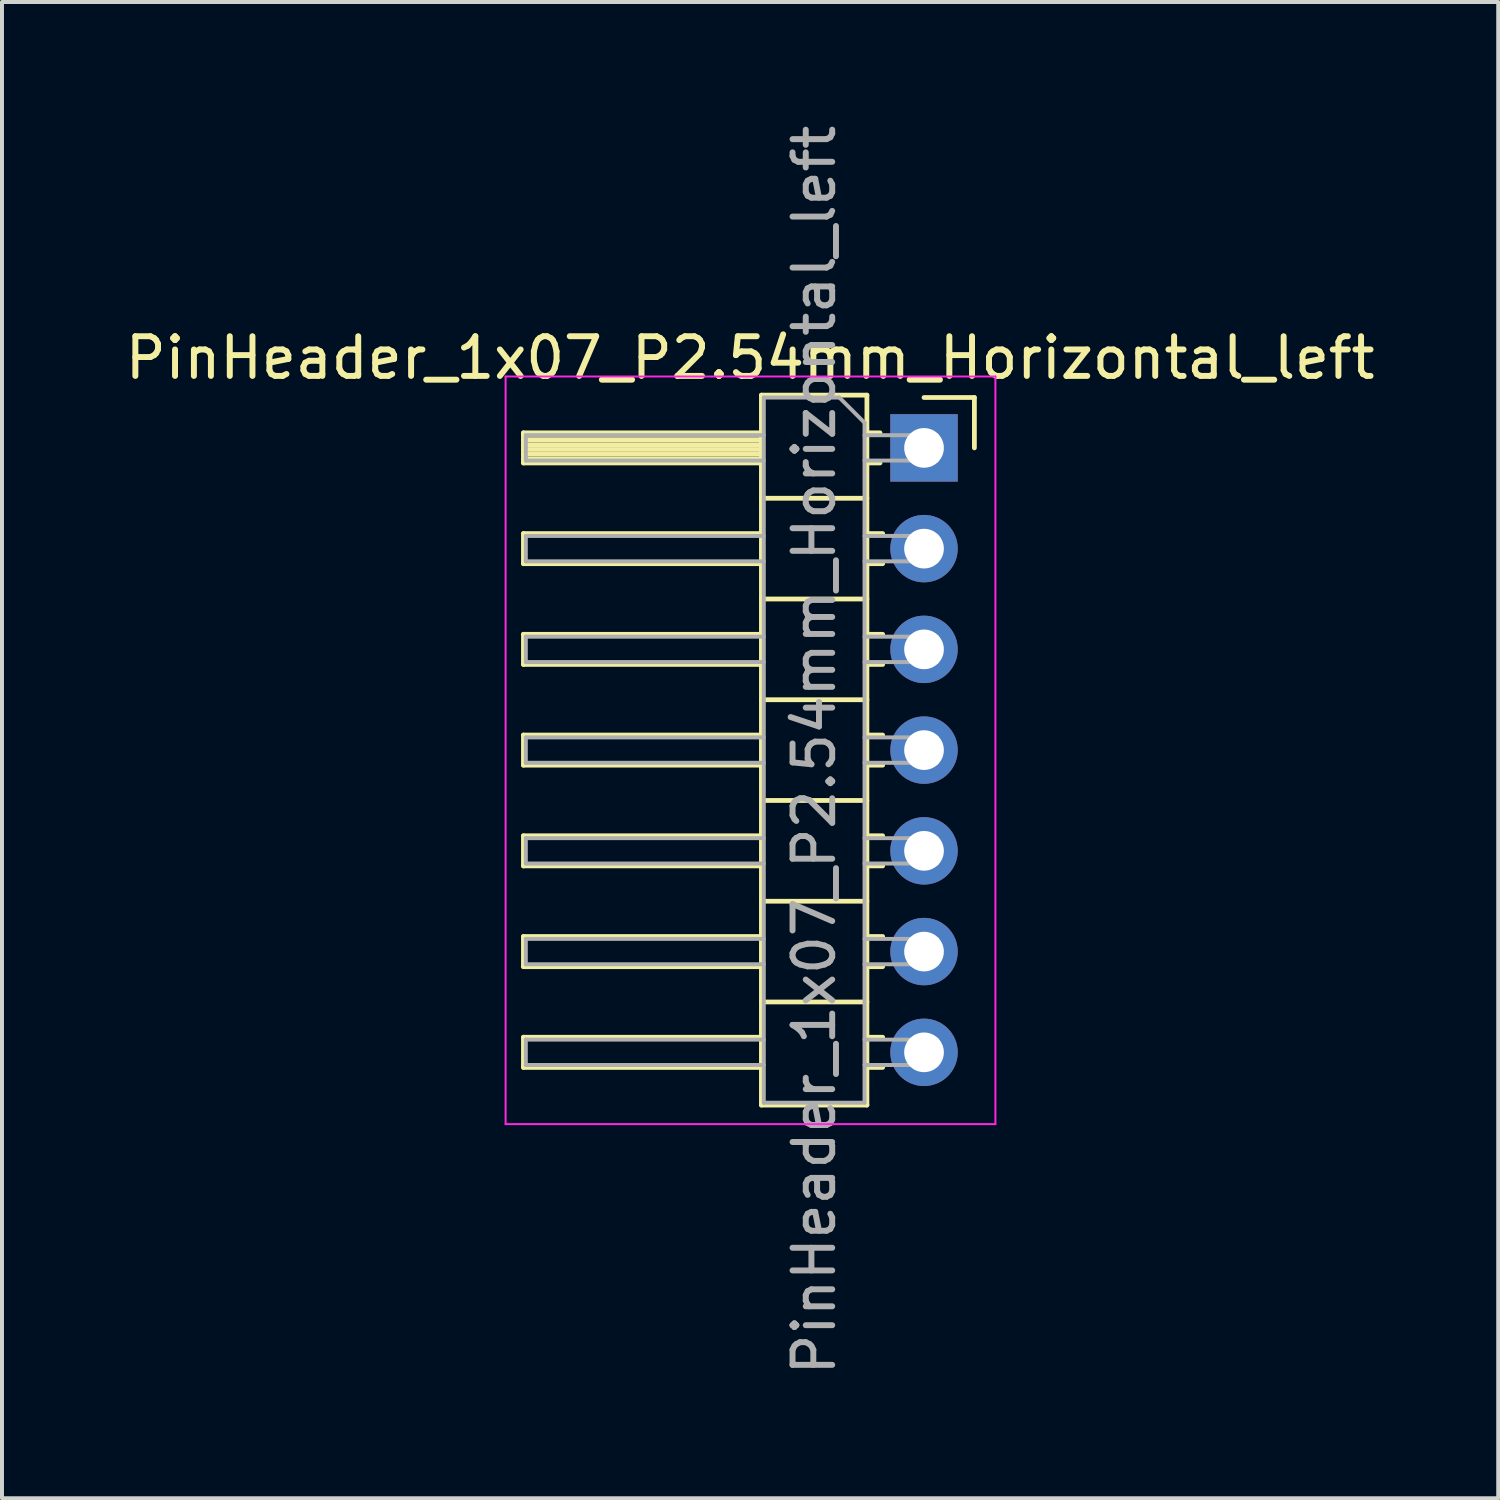
<source format=kicad_pcb>
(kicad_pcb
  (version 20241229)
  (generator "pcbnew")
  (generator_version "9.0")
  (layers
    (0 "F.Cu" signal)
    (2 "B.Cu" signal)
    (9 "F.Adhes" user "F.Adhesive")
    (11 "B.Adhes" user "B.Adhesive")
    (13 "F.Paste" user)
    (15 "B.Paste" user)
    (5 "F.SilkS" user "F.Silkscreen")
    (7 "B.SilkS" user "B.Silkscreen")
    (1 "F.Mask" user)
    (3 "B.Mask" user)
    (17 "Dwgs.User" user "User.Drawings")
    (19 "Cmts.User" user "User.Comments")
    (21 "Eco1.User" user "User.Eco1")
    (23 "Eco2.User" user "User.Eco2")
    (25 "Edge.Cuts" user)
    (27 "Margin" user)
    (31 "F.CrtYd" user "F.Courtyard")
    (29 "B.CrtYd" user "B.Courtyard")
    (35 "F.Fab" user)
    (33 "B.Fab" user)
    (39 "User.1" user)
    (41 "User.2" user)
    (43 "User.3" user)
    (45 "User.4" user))
  (footprint "PinHeader_1x07_P2.54mm_Horizontal_left"
    (layer "F.Cu")
    (at 13.498 9.243)
    (property "Reference" "PinHeader_1x07_P2.54mm_Horizontal_left" (at 2.365 -3.27 0) (layer "F.SilkS") (effects (font (size 1 1) (thickness 0.15))))
    (attr through_hole)
    (fp_line (start -3.35 -1.38) (end -3.35 -0.62) (stroke (width 0.12) (type solid)) (layer "F.SilkS"))
    (fp_line (start -3.35 -0.62) (end 2.65 -0.62) (stroke (width 0.12) (type solid)) (layer "F.SilkS"))
    (fp_line (start -3.35 1.16) (end -3.35 1.92) (stroke (width 0.12) (type solid)) (layer "F.SilkS"))
    (fp_line (start -3.35 1.92) (end 2.65 1.92) (stroke (width 0.12) (type solid)) (layer "F.SilkS"))
    (fp_line (start -3.35 3.7) (end -3.35 4.46) (stroke (width 0.12) (type solid)) (layer "F.SilkS"))
    (fp_line (start -3.35 4.46) (end 2.65 4.46) (stroke (width 0.12) (type solid)) (layer "F.SilkS"))
    (fp_line (start -3.35 6.24) (end -3.35 7) (stroke (width 0.12) (type solid)) (layer "F.SilkS"))
    (fp_line (start -3.35 7) (end 2.65 7) (stroke (width 0.12) (type solid)) (layer "F.SilkS"))
    (fp_line (start -3.35 8.78) (end -3.35 9.54) (stroke (width 0.12) (type solid)) (layer "F.SilkS"))
    (fp_line (start -3.35 9.54) (end 2.65 9.54) (stroke (width 0.12) (type solid)) (layer "F.SilkS"))
    (fp_line (start -3.35 11.32) (end -3.35 12.08) (stroke (width 0.12) (type solid)) (layer "F.SilkS"))
    (fp_line (start -3.35 12.08) (end 2.65 12.08) (stroke (width 0.12) (type solid)) (layer "F.SilkS"))
    (fp_line (start -3.35 13.86) (end -3.35 14.62) (stroke (width 0.12) (type solid)) (layer "F.SilkS"))
    (fp_line (start -3.35 14.62) (end 2.65 14.62) (stroke (width 0.12) (type solid)) (layer "F.SilkS"))
    (fp_line (start 2.65 -2.33) (end 5.31 -2.33) (stroke (width 0.12) (type solid)) (layer "F.SilkS"))
    (fp_line (start 2.65 -1.38) (end -3.35 -1.38) (stroke (width 0.12) (type solid)) (layer "F.SilkS"))
    (fp_line (start 2.65 -1.32) (end -3.35 -1.32) (stroke (width 0.12) (type solid)) (layer "F.SilkS"))
    (fp_line (start 2.65 -1.2) (end -3.35 -1.2) (stroke (width 0.12) (type solid)) (layer "F.SilkS"))
    (fp_line (start 2.65 -1.08) (end -3.35 -1.08) (stroke (width 0.12) (type solid)) (layer "F.SilkS"))
    (fp_line (start 2.65 -0.96) (end -3.35 -0.96) (stroke (width 0.12) (type solid)) (layer "F.SilkS"))
    (fp_line (start 2.65 -0.84) (end -3.35 -0.84) (stroke (width 0.12) (type solid)) (layer "F.SilkS"))
    (fp_line (start 2.65 -0.72) (end -3.35 -0.72) (stroke (width 0.12) (type solid)) (layer "F.SilkS"))
    (fp_line (start 2.65 1.16) (end -3.35 1.16) (stroke (width 0.12) (type solid)) (layer "F.SilkS"))
    (fp_line (start 2.65 3.7) (end -3.35 3.7) (stroke (width 0.12) (type solid)) (layer "F.SilkS"))
    (fp_line (start 2.65 6.24) (end -3.35 6.24) (stroke (width 0.12) (type solid)) (layer "F.SilkS"))
    (fp_line (start 2.65 8.78) (end -3.35 8.78) (stroke (width 0.12) (type solid)) (layer "F.SilkS"))
    (fp_line (start 2.65 11.32) (end -3.35 11.32) (stroke (width 0.12) (type solid)) (layer "F.SilkS"))
    (fp_line (start 2.65 13.86) (end -3.35 13.86) (stroke (width 0.12) (type solid)) (layer "F.SilkS"))
    (fp_line (start 2.65 15.57) (end 2.65 -2.33) (stroke (width 0.12) (type solid)) (layer "F.SilkS"))
    (fp_line (start 5.31 -2.33) (end 5.31 15.57) (stroke (width 0.12) (type solid)) (layer "F.SilkS"))
    (fp_line (start 5.31 0.27) (end 2.65 0.27) (stroke (width 0.12) (type solid)) (layer "F.SilkS"))
    (fp_line (start 5.31 2.81) (end 2.65 2.81) (stroke (width 0.12) (type solid)) (layer "F.SilkS"))
    (fp_line (start 5.31 5.35) (end 2.65 5.35) (stroke (width 0.12) (type solid)) (layer "F.SilkS"))
    (fp_line (start 5.31 7.89) (end 2.65 7.89) (stroke (width 0.12) (type solid)) (layer "F.SilkS"))
    (fp_line (start 5.31 10.43) (end 2.65 10.43) (stroke (width 0.12) (type solid)) (layer "F.SilkS"))
    (fp_line (start 5.31 12.97) (end 2.65 12.97) (stroke (width 0.12) (type solid)) (layer "F.SilkS"))
    (fp_line (start 5.31 15.57) (end 2.65 15.57) (stroke (width 0.12) (type solid)) (layer "F.SilkS"))
    (fp_line (start 5.64 -1.38) (end 5.31 -1.38) (stroke (width 0.12) (type solid)) (layer "F.SilkS"))
    (fp_line (start 5.64 -0.62) (end 5.31 -0.62) (stroke (width 0.12) (type solid)) (layer "F.SilkS"))
    (fp_line (start 5.707 1.16) (end 5.31 1.16) (stroke (width 0.12) (type solid)) (layer "F.SilkS"))
    (fp_line (start 5.707 1.92) (end 5.31 1.92) (stroke (width 0.12) (type solid)) (layer "F.SilkS"))
    (fp_line (start 5.707 3.7) (end 5.31 3.7) (stroke (width 0.12) (type solid)) (layer "F.SilkS"))
    (fp_line (start 5.707 4.46) (end 5.31 4.46) (stroke (width 0.12) (type solid)) (layer "F.SilkS"))
    (fp_line (start 5.707 6.24) (end 5.31 6.24) (stroke (width 0.12) (type solid)) (layer "F.SilkS"))
    (fp_line (start 5.707 7) (end 5.31 7) (stroke (width 0.12) (type solid)) (layer "F.SilkS"))
    (fp_line (start 5.707 8.78) (end 5.31 8.78) (stroke (width 0.12) (type solid)) (layer "F.SilkS"))
    (fp_line (start 5.707 9.54) (end 5.31 9.54) (stroke (width 0.12) (type solid)) (layer "F.SilkS"))
    (fp_line (start 5.707 11.32) (end 5.31 11.32) (stroke (width 0.12) (type solid)) (layer "F.SilkS"))
    (fp_line (start 5.707 12.08) (end 5.31 12.08) (stroke (width 0.12) (type solid)) (layer "F.SilkS"))
    (fp_line (start 5.707 13.86) (end 5.31 13.86) (stroke (width 0.12) (type solid)) (layer "F.SilkS"))
    (fp_line (start 5.707 14.62) (end 5.31 14.62) (stroke (width 0.12) (type solid)) (layer "F.SilkS"))
    (fp_line (start 8.02 -2.27) (end 6.75 -2.27) (stroke (width 0.12) (type solid)) (layer "F.SilkS"))
    (fp_line (start 8.02 -1) (end 8.02 -2.27) (stroke (width 0.12) (type solid)) (layer "F.SilkS"))
    (fp_line (start -3.8 -2.8) (end 8.55 -2.8) (stroke (width 0.05) (type solid)) (layer "F.CrtYd"))
    (fp_line (start -3.8 16.05) (end -3.8 -2.8) (stroke (width 0.05) (type solid)) (layer "F.CrtYd"))
    (fp_line (start 8.55 -2.8) (end 8.55 16.05) (stroke (width 0.05) (type solid)) (layer "F.CrtYd"))
    (fp_line (start 8.55 16.05) (end -3.8 16.05) (stroke (width 0.05) (type solid)) (layer "F.CrtYd"))
    (fp_line (start -3.29 -1.32) (end -3.29 -0.68) (stroke (width 0.1) (type solid)) (layer "F.Fab"))
    (fp_line (start -3.29 1.22) (end -3.29 1.86) (stroke (width 0.1) (type solid)) (layer "F.Fab"))
    (fp_line (start -3.29 3.76) (end -3.29 4.4) (stroke (width 0.1) (type solid)) (layer "F.Fab"))
    (fp_line (start -3.29 6.3) (end -3.29 6.94) (stroke (width 0.1) (type solid)) (layer "F.Fab"))
    (fp_line (start -3.29 8.84) (end -3.29 9.48) (stroke (width 0.1) (type solid)) (layer "F.Fab"))
    (fp_line (start -3.29 11.38) (end -3.29 12.02) (stroke (width 0.1) (type solid)) (layer "F.Fab"))
    (fp_line (start -3.29 13.92) (end -3.29 14.56) (stroke (width 0.1) (type solid)) (layer "F.Fab"))
    (fp_line (start 2.71 -2.27) (end 2.71 15.51) (stroke (width 0.1) (type solid)) (layer "F.Fab"))
    (fp_line (start 2.71 -1.32) (end -3.29 -1.32) (stroke (width 0.1) (type solid)) (layer "F.Fab"))
    (fp_line (start 2.71 -0.68) (end -3.29 -0.68) (stroke (width 0.1) (type solid)) (layer "F.Fab"))
    (fp_line (start 2.71 1.22) (end -3.29 1.22) (stroke (width 0.1) (type solid)) (layer "F.Fab"))
    (fp_line (start 2.71 1.86) (end -3.29 1.86) (stroke (width 0.1) (type solid)) (layer "F.Fab"))
    (fp_line (start 2.71 3.76) (end -3.29 3.76) (stroke (width 0.1) (type solid)) (layer "F.Fab"))
    (fp_line (start 2.71 4.4) (end -3.29 4.4) (stroke (width 0.1) (type solid)) (layer "F.Fab"))
    (fp_line (start 2.71 6.3) (end -3.29 6.3) (stroke (width 0.1) (type solid)) (layer "F.Fab"))
    (fp_line (start 2.71 6.94) (end -3.29 6.94) (stroke (width 0.1) (type solid)) (layer "F.Fab"))
    (fp_line (start 2.71 8.84) (end -3.29 8.84) (stroke (width 0.1) (type solid)) (layer "F.Fab"))
    (fp_line (start 2.71 9.48) (end -3.29 9.48) (stroke (width 0.1) (type solid)) (layer "F.Fab"))
    (fp_line (start 2.71 11.38) (end -3.29 11.38) (stroke (width 0.1) (type solid)) (layer "F.Fab"))
    (fp_line (start 2.71 12.02) (end -3.29 12.02) (stroke (width 0.1) (type solid)) (layer "F.Fab"))
    (fp_line (start 2.71 13.92) (end -3.29 13.92) (stroke (width 0.1) (type solid)) (layer "F.Fab"))
    (fp_line (start 2.71 14.56) (end -3.29 14.56) (stroke (width 0.1) (type solid)) (layer "F.Fab"))
    (fp_line (start 2.71 15.51) (end 5.25 15.51) (stroke (width 0.1) (type solid)) (layer "F.Fab"))
    (fp_line (start 4.615 -2.27) (end 2.71 -2.27) (stroke (width 0.1) (type solid)) (layer "F.Fab"))
    (fp_line (start 5.25 -1.635) (end 4.615 -2.27) (stroke (width 0.1) (type solid)) (layer "F.Fab"))
    (fp_line (start 5.25 15.51) (end 5.25 -1.635) (stroke (width 0.1) (type solid)) (layer "F.Fab"))
    (fp_line (start 7.07 -1.32) (end 5.25 -1.32) (stroke (width 0.1) (type solid)) (layer "F.Fab"))
    (fp_line (start 7.07 -1.32) (end 7.07 -0.68) (stroke (width 0.1) (type solid)) (layer "F.Fab"))
    (fp_line (start 7.07 -0.68) (end 5.25 -0.68) (stroke (width 0.1) (type solid)) (layer "F.Fab"))
    (fp_line (start 7.07 1.22) (end 5.25 1.22) (stroke (width 0.1) (type solid)) (layer "F.Fab"))
    (fp_line (start 7.07 1.22) (end 7.07 1.86) (stroke (width 0.1) (type solid)) (layer "F.Fab"))
    (fp_line (start 7.07 1.86) (end 5.25 1.86) (stroke (width 0.1) (type solid)) (layer "F.Fab"))
    (fp_line (start 7.07 3.76) (end 5.25 3.76) (stroke (width 0.1) (type solid)) (layer "F.Fab"))
    (fp_line (start 7.07 3.76) (end 7.07 4.4) (stroke (width 0.1) (type solid)) (layer "F.Fab"))
    (fp_line (start 7.07 4.4) (end 5.25 4.4) (stroke (width 0.1) (type solid)) (layer "F.Fab"))
    (fp_line (start 7.07 6.3) (end 5.25 6.3) (stroke (width 0.1) (type solid)) (layer "F.Fab"))
    (fp_line (start 7.07 6.3) (end 7.07 6.94) (stroke (width 0.1) (type solid)) (layer "F.Fab"))
    (fp_line (start 7.07 6.94) (end 5.25 6.94) (stroke (width 0.1) (type solid)) (layer "F.Fab"))
    (fp_line (start 7.07 8.84) (end 5.25 8.84) (stroke (width 0.1) (type solid)) (layer "F.Fab"))
    (fp_line (start 7.07 8.84) (end 7.07 9.48) (stroke (width 0.1) (type solid)) (layer "F.Fab"))
    (fp_line (start 7.07 9.48) (end 5.25 9.48) (stroke (width 0.1) (type solid)) (layer "F.Fab"))
    (fp_line (start 7.07 11.38) (end 5.25 11.38) (stroke (width 0.1) (type solid)) (layer "F.Fab"))
    (fp_line (start 7.07 11.38) (end 7.07 12.02) (stroke (width 0.1) (type solid)) (layer "F.Fab"))
    (fp_line (start 7.07 12.02) (end 5.25 12.02) (stroke (width 0.1) (type solid)) (layer "F.Fab"))
    (fp_line (start 7.07 13.92) (end 5.25 13.92) (stroke (width 0.1) (type solid)) (layer "F.Fab"))
    (fp_line (start 7.07 13.92) (end 7.07 14.56) (stroke (width 0.1) (type solid)) (layer "F.Fab"))
    (fp_line (start 7.07 14.56) (end 5.25 14.56) (stroke (width 0.1) (type solid)) (layer "F.Fab"))
    (fp_text user "${REFERENCE}" (at 3.98 6.62 90) (layer "F.Fab") (effects (font (size 1 1) (thickness 0.15))))
    (pad "1" thru_hole rect (at 6.75 -1) (size 1.7 1.7) (drill 1) (layers "*.Cu" "*.Mask"))
    (pad "2" thru_hole oval (at 6.75 1.54) (size 1.7 1.7) (drill 1) (layers "*.Cu" "*.Mask"))
    (pad "3" thru_hole oval (at 6.75 4.08) (size 1.7 1.7) (drill 1) (layers "*.Cu" "*.Mask"))
    (pad "4" thru_hole oval (at 6.75 6.62) (size 1.7 1.7) (drill 1) (layers "*.Cu" "*.Mask"))
    (pad "5" thru_hole oval (at 6.75 9.16) (size 1.7 1.7) (drill 1) (layers "*.Cu" "*.Mask"))
    (pad "6" thru_hole oval (at 6.75 11.7) (size 1.7 1.7) (drill 1) (layers "*.Cu" "*.Mask"))
    (pad "7" thru_hole oval (at 6.75 14.24) (size 1.7 1.7) (drill 1) (layers "*.Cu" "*.Mask")))
  (gr_rect
    (start -3 -3)
    (end 34.726 34.726)
    (stroke (width 0.1) (type default))
    (fill no)
    (layer "Edge.Cuts")))
</source>
